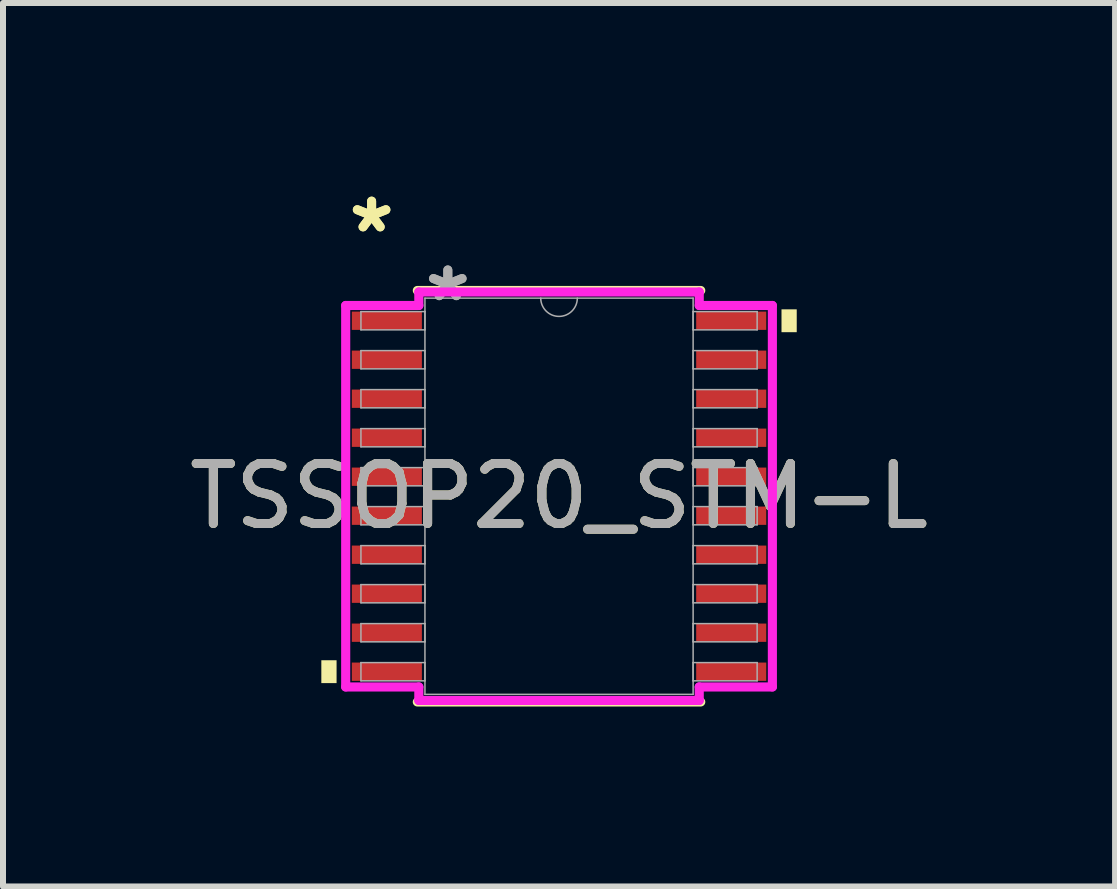
<source format=kicad_pcb>
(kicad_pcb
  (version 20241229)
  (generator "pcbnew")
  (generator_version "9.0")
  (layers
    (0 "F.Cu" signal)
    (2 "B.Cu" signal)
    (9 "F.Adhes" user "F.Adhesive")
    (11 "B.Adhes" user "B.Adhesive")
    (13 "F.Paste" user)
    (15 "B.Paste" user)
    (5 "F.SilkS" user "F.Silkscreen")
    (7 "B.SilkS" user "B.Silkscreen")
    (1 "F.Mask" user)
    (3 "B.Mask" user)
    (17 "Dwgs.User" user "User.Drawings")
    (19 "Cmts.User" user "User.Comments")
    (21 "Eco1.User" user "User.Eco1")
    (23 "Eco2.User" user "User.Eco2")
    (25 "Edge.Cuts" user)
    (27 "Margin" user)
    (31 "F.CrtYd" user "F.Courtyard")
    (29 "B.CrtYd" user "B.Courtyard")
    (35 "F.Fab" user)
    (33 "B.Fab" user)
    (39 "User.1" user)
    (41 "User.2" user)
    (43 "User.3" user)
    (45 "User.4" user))
  (footprint "TSSOP20_STM-L"
    (layer "F.Cu")
    (at 6.268 5.221)
    (property "Reference" "TSSOP20_STM-L" (at 0 0 0) (unlocked yes) (layer "F.SilkS") (effects (font (size 1 1) (thickness 0.15))))
    (attr smd)
    (fp_line (start -2.362 3.429) (end 2.362 3.429) (stroke (width 0.152) (type solid)) (layer "F.SilkS"))
    (fp_line (start 2.362 -3.429) (end -2.362 -3.429) (stroke (width 0.152) (type solid)) (layer "F.SilkS"))
    (fp_poly (pts (xy -3.962 2.734) (xy -3.962 3.115) (xy -3.708 3.115) (xy -3.708 2.734)) (stroke (width 0) (type solid)) (fill yes) (layer "F.SilkS"))
    (fp_poly (pts (xy 3.962 -3.115) (xy 3.962 -2.734) (xy 3.708 -2.734) (xy 3.708 -3.115)) (stroke (width 0) (type solid)) (fill yes) (layer "F.SilkS"))
    (fp_line (start -3.556 -3.179) (end -2.337 -3.179) (stroke (width 0.152) (type solid)) (layer "F.CrtYd"))
    (fp_line (start -3.556 3.179) (end -3.556 -3.179) (stroke (width 0.152) (type solid)) (layer "F.CrtYd"))
    (fp_line (start -3.556 3.179) (end -2.337 3.179) (stroke (width 0.152) (type solid)) (layer "F.CrtYd"))
    (fp_line (start -2.337 -3.404) (end 2.337 -3.404) (stroke (width 0.152) (type solid)) (layer "F.CrtYd"))
    (fp_line (start -2.337 -3.179) (end -2.337 -3.404) (stroke (width 0.152) (type solid)) (layer "F.CrtYd"))
    (fp_line (start -2.337 3.404) (end -2.337 3.179) (stroke (width 0.152) (type solid)) (layer "F.CrtYd"))
    (fp_line (start 2.337 -3.404) (end 2.337 -3.179) (stroke (width 0.152) (type solid)) (layer "F.CrtYd"))
    (fp_line (start 2.337 3.179) (end 2.337 3.404) (stroke (width 0.152) (type solid)) (layer "F.CrtYd"))
    (fp_line (start 2.337 3.404) (end -2.337 3.404) (stroke (width 0.152) (type solid)) (layer "F.CrtYd"))
    (fp_line (start 3.556 -3.179) (end 2.337 -3.179) (stroke (width 0.152) (type solid)) (layer "F.CrtYd"))
    (fp_line (start 3.556 -3.179) (end 3.556 3.179) (stroke (width 0.152) (type solid)) (layer "F.CrtYd"))
    (fp_line (start 3.556 3.179) (end 2.337 3.179) (stroke (width 0.152) (type solid)) (layer "F.CrtYd"))
    (fp_line (start -3.302 -3.077) (end -3.302 -2.773) (stroke (width 0.025) (type solid)) (layer "F.Fab"))
    (fp_line (start -3.302 -2.773) (end -2.235 -2.773) (stroke (width 0.025) (type solid)) (layer "F.Fab"))
    (fp_line (start -3.302 -2.427) (end -3.302 -2.123) (stroke (width 0.025) (type solid)) (layer "F.Fab"))
    (fp_line (start -3.302 -2.123) (end -2.235 -2.123) (stroke (width 0.025) (type solid)) (layer "F.Fab"))
    (fp_line (start -3.302 -1.777) (end -3.302 -1.473) (stroke (width 0.025) (type solid)) (layer "F.Fab"))
    (fp_line (start -3.302 -1.473) (end -2.235 -1.473) (stroke (width 0.025) (type solid)) (layer "F.Fab"))
    (fp_line (start -3.302 -1.127) (end -3.302 -0.823) (stroke (width 0.025) (type solid)) (layer "F.Fab"))
    (fp_line (start -3.302 -0.823) (end -2.235 -0.823) (stroke (width 0.025) (type solid)) (layer "F.Fab"))
    (fp_line (start -3.302 -0.477) (end -3.302 -0.173) (stroke (width 0.025) (type solid)) (layer "F.Fab"))
    (fp_line (start -3.302 -0.173) (end -2.235 -0.173) (stroke (width 0.025) (type solid)) (layer "F.Fab"))
    (fp_line (start -3.302 0.173) (end -3.302 0.477) (stroke (width 0.025) (type solid)) (layer "F.Fab"))
    (fp_line (start -3.302 0.477) (end -2.235 0.477) (stroke (width 0.025) (type solid)) (layer "F.Fab"))
    (fp_line (start -3.302 0.823) (end -3.302 1.127) (stroke (width 0.025) (type solid)) (layer "F.Fab"))
    (fp_line (start -3.302 1.127) (end -2.235 1.127) (stroke (width 0.025) (type solid)) (layer "F.Fab"))
    (fp_line (start -3.302 1.473) (end -3.302 1.777) (stroke (width 0.025) (type solid)) (layer "F.Fab"))
    (fp_line (start -3.302 1.777) (end -2.235 1.777) (stroke (width 0.025) (type solid)) (layer "F.Fab"))
    (fp_line (start -3.302 2.123) (end -3.302 2.427) (stroke (width 0.025) (type solid)) (layer "F.Fab"))
    (fp_line (start -3.302 2.427) (end -2.235 2.427) (stroke (width 0.025) (type solid)) (layer "F.Fab"))
    (fp_line (start -3.302 2.773) (end -3.302 3.077) (stroke (width 0.025) (type solid)) (layer "F.Fab"))
    (fp_line (start -3.302 3.077) (end -2.235 3.077) (stroke (width 0.025) (type solid)) (layer "F.Fab"))
    (fp_line (start -2.235 -3.302) (end -2.235 3.302) (stroke (width 0.025) (type solid)) (layer "F.Fab"))
    (fp_line (start -2.235 -3.077) (end -3.302 -3.077) (stroke (width 0.025) (type solid)) (layer "F.Fab"))
    (fp_line (start -2.235 -2.773) (end -2.235 -3.077) (stroke (width 0.025) (type solid)) (layer "F.Fab"))
    (fp_line (start -2.235 -2.427) (end -3.302 -2.427) (stroke (width 0.025) (type solid)) (layer "F.Fab"))
    (fp_line (start -2.235 -2.123) (end -2.235 -2.427) (stroke (width 0.025) (type solid)) (layer "F.Fab"))
    (fp_line (start -2.235 -1.777) (end -3.302 -1.777) (stroke (width 0.025) (type solid)) (layer "F.Fab"))
    (fp_line (start -2.235 -1.473) (end -2.235 -1.777) (stroke (width 0.025) (type solid)) (layer "F.Fab"))
    (fp_line (start -2.235 -1.127) (end -3.302 -1.127) (stroke (width 0.025) (type solid)) (layer "F.Fab"))
    (fp_line (start -2.235 -0.823) (end -2.235 -1.127) (stroke (width 0.025) (type solid)) (layer "F.Fab"))
    (fp_line (start -2.235 -0.477) (end -3.302 -0.477) (stroke (width 0.025) (type solid)) (layer "F.Fab"))
    (fp_line (start -2.235 -0.173) (end -2.235 -0.477) (stroke (width 0.025) (type solid)) (layer "F.Fab"))
    (fp_line (start -2.235 0.173) (end -3.302 0.173) (stroke (width 0.025) (type solid)) (layer "F.Fab"))
    (fp_line (start -2.235 0.477) (end -2.235 0.173) (stroke (width 0.025) (type solid)) (layer "F.Fab"))
    (fp_line (start -2.235 0.823) (end -3.302 0.823) (stroke (width 0.025) (type solid)) (layer "F.Fab"))
    (fp_line (start -2.235 1.127) (end -2.235 0.823) (stroke (width 0.025) (type solid)) (layer "F.Fab"))
    (fp_line (start -2.235 1.473) (end -3.302 1.473) (stroke (width 0.025) (type solid)) (layer "F.Fab"))
    (fp_line (start -2.235 1.777) (end -2.235 1.473) (stroke (width 0.025) (type solid)) (layer "F.Fab"))
    (fp_line (start -2.235 2.123) (end -3.302 2.123) (stroke (width 0.025) (type solid)) (layer "F.Fab"))
    (fp_line (start -2.235 2.427) (end -2.235 2.123) (stroke (width 0.025) (type solid)) (layer "F.Fab"))
    (fp_line (start -2.235 2.773) (end -3.302 2.773) (stroke (width 0.025) (type solid)) (layer "F.Fab"))
    (fp_line (start -2.235 3.077) (end -2.235 2.773) (stroke (width 0.025) (type solid)) (layer "F.Fab"))
    (fp_line (start -2.235 3.302) (end 2.235 3.302) (stroke (width 0.025) (type solid)) (layer "F.Fab"))
    (fp_line (start 2.235 -3.302) (end -2.235 -3.302) (stroke (width 0.025) (type solid)) (layer "F.Fab"))
    (fp_line (start 2.235 -3.077) (end 2.235 -2.773) (stroke (width 0.025) (type solid)) (layer "F.Fab"))
    (fp_line (start 2.235 -2.773) (end 3.302 -2.773) (stroke (width 0.025) (type solid)) (layer "F.Fab"))
    (fp_line (start 2.235 -2.427) (end 2.235 -2.123) (stroke (width 0.025) (type solid)) (layer "F.Fab"))
    (fp_line (start 2.235 -2.123) (end 3.302 -2.123) (stroke (width 0.025) (type solid)) (layer "F.Fab"))
    (fp_line (start 2.235 -1.777) (end 2.235 -1.473) (stroke (width 0.025) (type solid)) (layer "F.Fab"))
    (fp_line (start 2.235 -1.473) (end 3.302 -1.473) (stroke (width 0.025) (type solid)) (layer "F.Fab"))
    (fp_line (start 2.235 -1.127) (end 2.235 -0.823) (stroke (width 0.025) (type solid)) (layer "F.Fab"))
    (fp_line (start 2.235 -0.823) (end 3.302 -0.823) (stroke (width 0.025) (type solid)) (layer "F.Fab"))
    (fp_line (start 2.235 -0.477) (end 2.235 -0.173) (stroke (width 0.025) (type solid)) (layer "F.Fab"))
    (fp_line (start 2.235 -0.173) (end 3.302 -0.173) (stroke (width 0.025) (type solid)) (layer "F.Fab"))
    (fp_line (start 2.235 0.173) (end 2.235 0.477) (stroke (width 0.025) (type solid)) (layer "F.Fab"))
    (fp_line (start 2.235 0.477) (end 3.302 0.477) (stroke (width 0.025) (type solid)) (layer "F.Fab"))
    (fp_line (start 2.235 0.823) (end 2.235 1.127) (stroke (width 0.025) (type solid)) (layer "F.Fab"))
    (fp_line (start 2.235 1.127) (end 3.302 1.127) (stroke (width 0.025) (type solid)) (layer "F.Fab"))
    (fp_line (start 2.235 1.473) (end 2.235 1.777) (stroke (width 0.025) (type solid)) (layer "F.Fab"))
    (fp_line (start 2.235 1.777) (end 3.302 1.777) (stroke (width 0.025) (type solid)) (layer "F.Fab"))
    (fp_line (start 2.235 2.123) (end 2.235 2.427) (stroke (width 0.025) (type solid)) (layer "F.Fab"))
    (fp_line (start 2.235 2.427) (end 3.302 2.427) (stroke (width 0.025) (type solid)) (layer "F.Fab"))
    (fp_line (start 2.235 2.773) (end 2.235 3.077) (stroke (width 0.025) (type solid)) (layer "F.Fab"))
    (fp_line (start 2.235 3.077) (end 3.302 3.077) (stroke (width 0.025) (type solid)) (layer "F.Fab"))
    (fp_line (start 2.235 3.302) (end 2.235 -3.302) (stroke (width 0.025) (type solid)) (layer "F.Fab"))
    (fp_line (start 3.302 -3.077) (end 2.235 -3.077) (stroke (width 0.025) (type solid)) (layer "F.Fab"))
    (fp_line (start 3.302 -2.773) (end 3.302 -3.077) (stroke (width 0.025) (type solid)) (layer "F.Fab"))
    (fp_line (start 3.302 -2.427) (end 2.235 -2.427) (stroke (width 0.025) (type solid)) (layer "F.Fab"))
    (fp_line (start 3.302 -2.123) (end 3.302 -2.427) (stroke (width 0.025) (type solid)) (layer "F.Fab"))
    (fp_line (start 3.302 -1.777) (end 2.235 -1.777) (stroke (width 0.025) (type solid)) (layer "F.Fab"))
    (fp_line (start 3.302 -1.473) (end 3.302 -1.777) (stroke (width 0.025) (type solid)) (layer "F.Fab"))
    (fp_line (start 3.302 -1.127) (end 2.235 -1.127) (stroke (width 0.025) (type solid)) (layer "F.Fab"))
    (fp_line (start 3.302 -0.823) (end 3.302 -1.127) (stroke (width 0.025) (type solid)) (layer "F.Fab"))
    (fp_line (start 3.302 -0.477) (end 2.235 -0.477) (stroke (width 0.025) (type solid)) (layer "F.Fab"))
    (fp_line (start 3.302 -0.173) (end 3.302 -0.477) (stroke (width 0.025) (type solid)) (layer "F.Fab"))
    (fp_line (start 3.302 0.173) (end 2.235 0.173) (stroke (width 0.025) (type solid)) (layer "F.Fab"))
    (fp_line (start 3.302 0.477) (end 3.302 0.173) (stroke (width 0.025) (type solid)) (layer "F.Fab"))
    (fp_line (start 3.302 0.823) (end 2.235 0.823) (stroke (width 0.025) (type solid)) (layer "F.Fab"))
    (fp_line (start 3.302 1.127) (end 3.302 0.823) (stroke (width 0.025) (type solid)) (layer "F.Fab"))
    (fp_line (start 3.302 1.473) (end 2.235 1.473) (stroke (width 0.025) (type solid)) (layer "F.Fab"))
    (fp_line (start 3.302 1.777) (end 3.302 1.473) (stroke (width 0.025) (type solid)) (layer "F.Fab"))
    (fp_line (start 3.302 2.123) (end 2.235 2.123) (stroke (width 0.025) (type solid)) (layer "F.Fab"))
    (fp_line (start 3.302 2.427) (end 3.302 2.123) (stroke (width 0.025) (type solid)) (layer "F.Fab"))
    (fp_line (start 3.302 2.773) (end 2.235 2.773) (stroke (width 0.025) (type solid)) (layer "F.Fab"))
    (fp_line (start 3.302 3.077) (end 3.302 2.773) (stroke (width 0.025) (type solid)) (layer "F.Fab"))
    (fp_arc (start 0.3048 -3.302) (mid 0 -2.9972) (end -0.3048 -3.302) (stroke (width 0.0254) (type solid)) (layer "F.Fab"))
    (fp_text user "*" (at -3.124 -4.373 0) (layer "F.SilkS") (effects (font (size 1 1) (thickness 0.15))))
    (fp_text user "*" (at -3.124 -4.373 0) (unlocked yes) (layer "F.SilkS") (effects (font (size 1 1) (thickness 0.15))))
    (fp_text user "*" (at -1.854 -3.226 0) (unlocked yes) (layer "F.Fab") (effects (font (size 1 1) (thickness 0.15))))
    (fp_text user "${REFERENCE}" (at 0 0 0) (unlocked yes) (layer "F.Fab") (effects (font (size 1 1) (thickness 0.15))))
    (fp_text user "*" (at -1.854 -3.226 0) (layer "F.Fab") (effects (font (size 1 1) (thickness 0.15))))
    (pad "1" smd rect (at -2.87 -2.925) (size 1.168 0.305) (layers "F.Cu" "F.Mask" "F.Paste"))
    (pad "2" smd rect (at -2.87 -2.275) (size 1.168 0.305) (layers "F.Cu" "F.Mask" "F.Paste"))
    (pad "3" smd rect (at -2.87 -1.625) (size 1.168 0.305) (layers "F.Cu" "F.Mask" "F.Paste"))
    (pad "4" smd rect (at -2.87 -0.975) (size 1.168 0.305) (layers "F.Cu" "F.Mask" "F.Paste"))
    (pad "5" smd rect (at -2.87 -0.325) (size 1.168 0.305) (layers "F.Cu" "F.Mask" "F.Paste"))
    (pad "6" smd rect (at -2.87 0.325) (size 1.168 0.305) (layers "F.Cu" "F.Mask" "F.Paste"))
    (pad "7" smd rect (at -2.87 0.975) (size 1.168 0.305) (layers "F.Cu" "F.Mask" "F.Paste"))
    (pad "8" smd rect (at -2.87 1.625) (size 1.168 0.305) (layers "F.Cu" "F.Mask" "F.Paste"))
    (pad "9" smd rect (at -2.87 2.275) (size 1.168 0.305) (layers "F.Cu" "F.Mask" "F.Paste"))
    (pad "10" smd rect (at -2.87 2.925) (size 1.168 0.305) (layers "F.Cu" "F.Mask" "F.Paste"))
    (pad "11" smd rect (at 2.87 2.925) (size 1.168 0.305) (layers "F.Cu" "F.Mask" "F.Paste"))
    (pad "12" smd rect (at 2.87 2.275) (size 1.168 0.305) (layers "F.Cu" "F.Mask" "F.Paste"))
    (pad "13" smd rect (at 2.87 1.625) (size 1.168 0.305) (layers "F.Cu" "F.Mask" "F.Paste"))
    (pad "14" smd rect (at 2.87 0.975) (size 1.168 0.305) (layers "F.Cu" "F.Mask" "F.Paste"))
    (pad "15" smd rect (at 2.87 0.325) (size 1.168 0.305) (layers "F.Cu" "F.Mask" "F.Paste"))
    (pad "16" smd rect (at 2.87 -0.325) (size 1.168 0.305) (layers "F.Cu" "F.Mask" "F.Paste"))
    (pad "17" smd rect (at 2.87 -0.975) (size 1.168 0.305) (layers "F.Cu" "F.Mask" "F.Paste"))
    (pad "18" smd rect (at 2.87 -1.625) (size 1.168 0.305) (layers "F.Cu" "F.Mask" "F.Paste"))
    (pad "19" smd rect (at 2.87 -2.275) (size 1.168 0.305) (layers "F.Cu" "F.Mask" "F.Paste"))
    (pad "20" smd rect (at 2.87 -2.925) (size 1.168 0.305) (layers "F.Cu" "F.Mask" "F.Paste")))
  (gr_rect
    (start -3 -3)
    (end 15.536 11.726)
    (stroke (width 0.1) (type default))
    (fill no)
    (layer "Edge.Cuts")))
</source>
